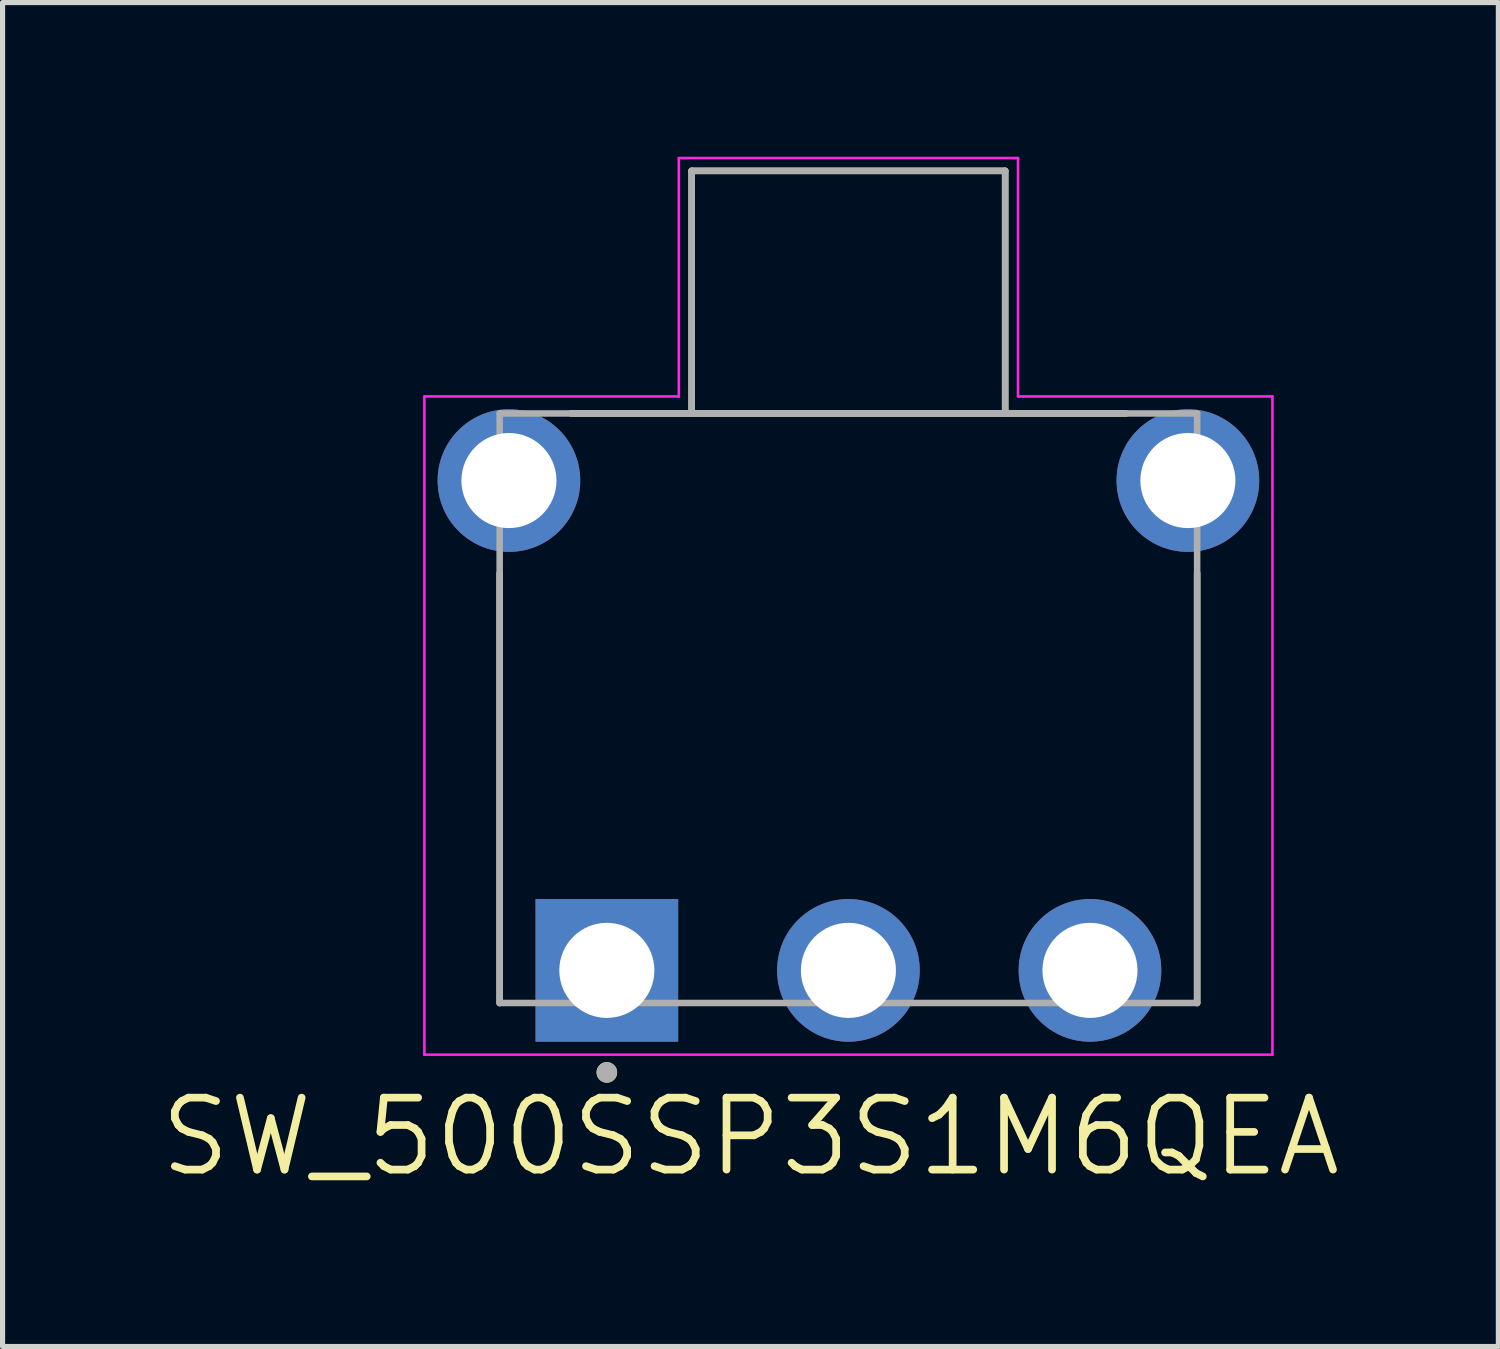
<source format=kicad_pcb>
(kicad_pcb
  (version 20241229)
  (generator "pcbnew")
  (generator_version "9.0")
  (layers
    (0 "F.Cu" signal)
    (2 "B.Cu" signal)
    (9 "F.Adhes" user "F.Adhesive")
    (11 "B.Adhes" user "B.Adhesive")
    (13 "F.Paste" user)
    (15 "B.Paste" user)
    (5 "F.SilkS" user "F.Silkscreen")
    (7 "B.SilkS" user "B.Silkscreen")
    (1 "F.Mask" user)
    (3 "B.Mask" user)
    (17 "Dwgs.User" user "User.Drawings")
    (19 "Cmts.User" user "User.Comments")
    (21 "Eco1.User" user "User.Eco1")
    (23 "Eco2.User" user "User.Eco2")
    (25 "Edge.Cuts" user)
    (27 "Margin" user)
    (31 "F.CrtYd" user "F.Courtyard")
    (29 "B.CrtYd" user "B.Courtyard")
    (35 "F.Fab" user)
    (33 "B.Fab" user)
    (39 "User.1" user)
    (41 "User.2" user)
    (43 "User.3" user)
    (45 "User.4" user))
  (footprint "SW_500SSP3S1M6QEA"
    (layer "F.Cu")
    (at 13.457 11.065)
    (property "Reference" "SW_500SSP3S1M6QEA" (at -1.905 8.001 0) (layer "F.SilkS") (effects (font (size 1.4 1.4) (thickness 0.15))))
    (attr through_hole)
    (fp_line (start -6.785 -2.964) (end -6.785 5.4) (stroke (width 0.127) (type solid)) (layer "F.SilkS"))
    (fp_line (start -5.4 -6.07) (end 5.4 -6.07) (stroke (width 0.127) (type solid)) (layer "F.SilkS"))
    (fp_line (start -3.05 -10.79) (end 3.05 -10.79) (stroke (width 0.127) (type solid)) (layer "F.SilkS"))
    (fp_line (start -3.05 -6.075) (end -3.05 -10.79) (stroke (width 0.127) (type solid)) (layer "F.SilkS"))
    (fp_line (start 3.05 -10.79) (end 3.05 -6.075) (stroke (width 0.127) (type solid)) (layer "F.SilkS"))
    (fp_line (start 6.785 -2.964) (end 6.785 5.4) (stroke (width 0.127) (type solid)) (layer "F.SilkS"))
    (fp_circle (center -4.7 6.75) (end -4.6 6.75) (stroke (width 0.2) (type solid)) (fill no) (layer "F.SilkS"))
    (fp_line (start -8.25 -6.402) (end -8.25 6.405) (stroke (width 0.05) (type solid)) (layer "F.CrtYd"))
    (fp_line (start -8.25 6.405) (end 8.25 6.405) (stroke (width 0.05) (type solid)) (layer "F.CrtYd"))
    (fp_line (start -3.3 -11.04) (end -3.3 -6.402) (stroke (width 0.05) (type solid)) (layer "F.CrtYd"))
    (fp_line (start -3.3 -6.402) (end -8.25 -6.402) (stroke (width 0.05) (type solid)) (layer "F.CrtYd"))
    (fp_line (start 3.3 -11.04) (end -3.3 -11.04) (stroke (width 0.05) (type solid)) (layer "F.CrtYd"))
    (fp_line (start 3.3 -6.402) (end 3.3 -11.04) (stroke (width 0.05) (type solid)) (layer "F.CrtYd"))
    (fp_line (start 8.25 -6.402) (end 3.3 -6.402) (stroke (width 0.05) (type solid)) (layer "F.CrtYd"))
    (fp_line (start 8.25 6.405) (end 8.25 -6.402) (stroke (width 0.05) (type solid)) (layer "F.CrtYd"))
    (fp_line (start -6.785 -6.07) (end -6.785 5.4) (stroke (width 0.127) (type solid)) (layer "F.Fab"))
    (fp_line (start -6.785 5.4) (end 6.785 5.4) (stroke (width 0.127) (type solid)) (layer "F.Fab"))
    (fp_line (start -3.05 -10.79) (end 3.05 -10.79) (stroke (width 0.127) (type solid)) (layer "F.Fab"))
    (fp_line (start -3.05 -6.07) (end -6.785 -6.07) (stroke (width 0.127) (type solid)) (layer "F.Fab"))
    (fp_line (start -3.05 -6.07) (end -3.05 -10.79) (stroke (width 0.127) (type solid)) (layer "F.Fab"))
    (fp_line (start 3.05 -10.79) (end 3.05 -6.07) (stroke (width 0.127) (type solid)) (layer "F.Fab"))
    (fp_line (start 3.05 -6.07) (end -3.05 -6.07) (stroke (width 0.127) (type solid)) (layer "F.Fab"))
    (fp_line (start 6.785 -6.07) (end 3.05 -6.07) (stroke (width 0.127) (type solid)) (layer "F.Fab"))
    (fp_line (start 6.785 5.4) (end 6.785 -6.07) (stroke (width 0.127) (type solid)) (layer "F.Fab"))
    (fp_circle (center -4.7 6.75) (end -4.6 6.75) (stroke (width 0.2) (type solid)) (fill no) (layer "F.Fab"))
    (pad "1" thru_hole rect (at -4.7 4.765) (size 2.775 2.775) (drill 1.85) (layers "*.Cu" "*.Mask"))
    (pad "2" thru_hole circle (at 0 4.765) (size 2.775 2.775) (drill 1.85) (layers "*.Cu" "*.Mask"))
    (pad "3" thru_hole circle (at 4.7 4.765) (size 2.775 2.775) (drill 1.85) (layers "*.Cu" "*.Mask"))
    (pad "S1" thru_hole circle (at -6.605 -4.765) (size 2.775 2.775) (drill 1.85) (layers "*.Cu" "*.Mask"))
    (pad "S2" thru_hole circle (at 6.605 -4.765) (size 2.775 2.775) (drill 1.85) (layers "*.Cu" "*.Mask")))
  (gr_rect
    (start -3 -3)
    (end 26.103 23.148)
    (stroke (width 0.1) (type default))
    (fill no)
    (layer "Edge.Cuts")))
</source>
